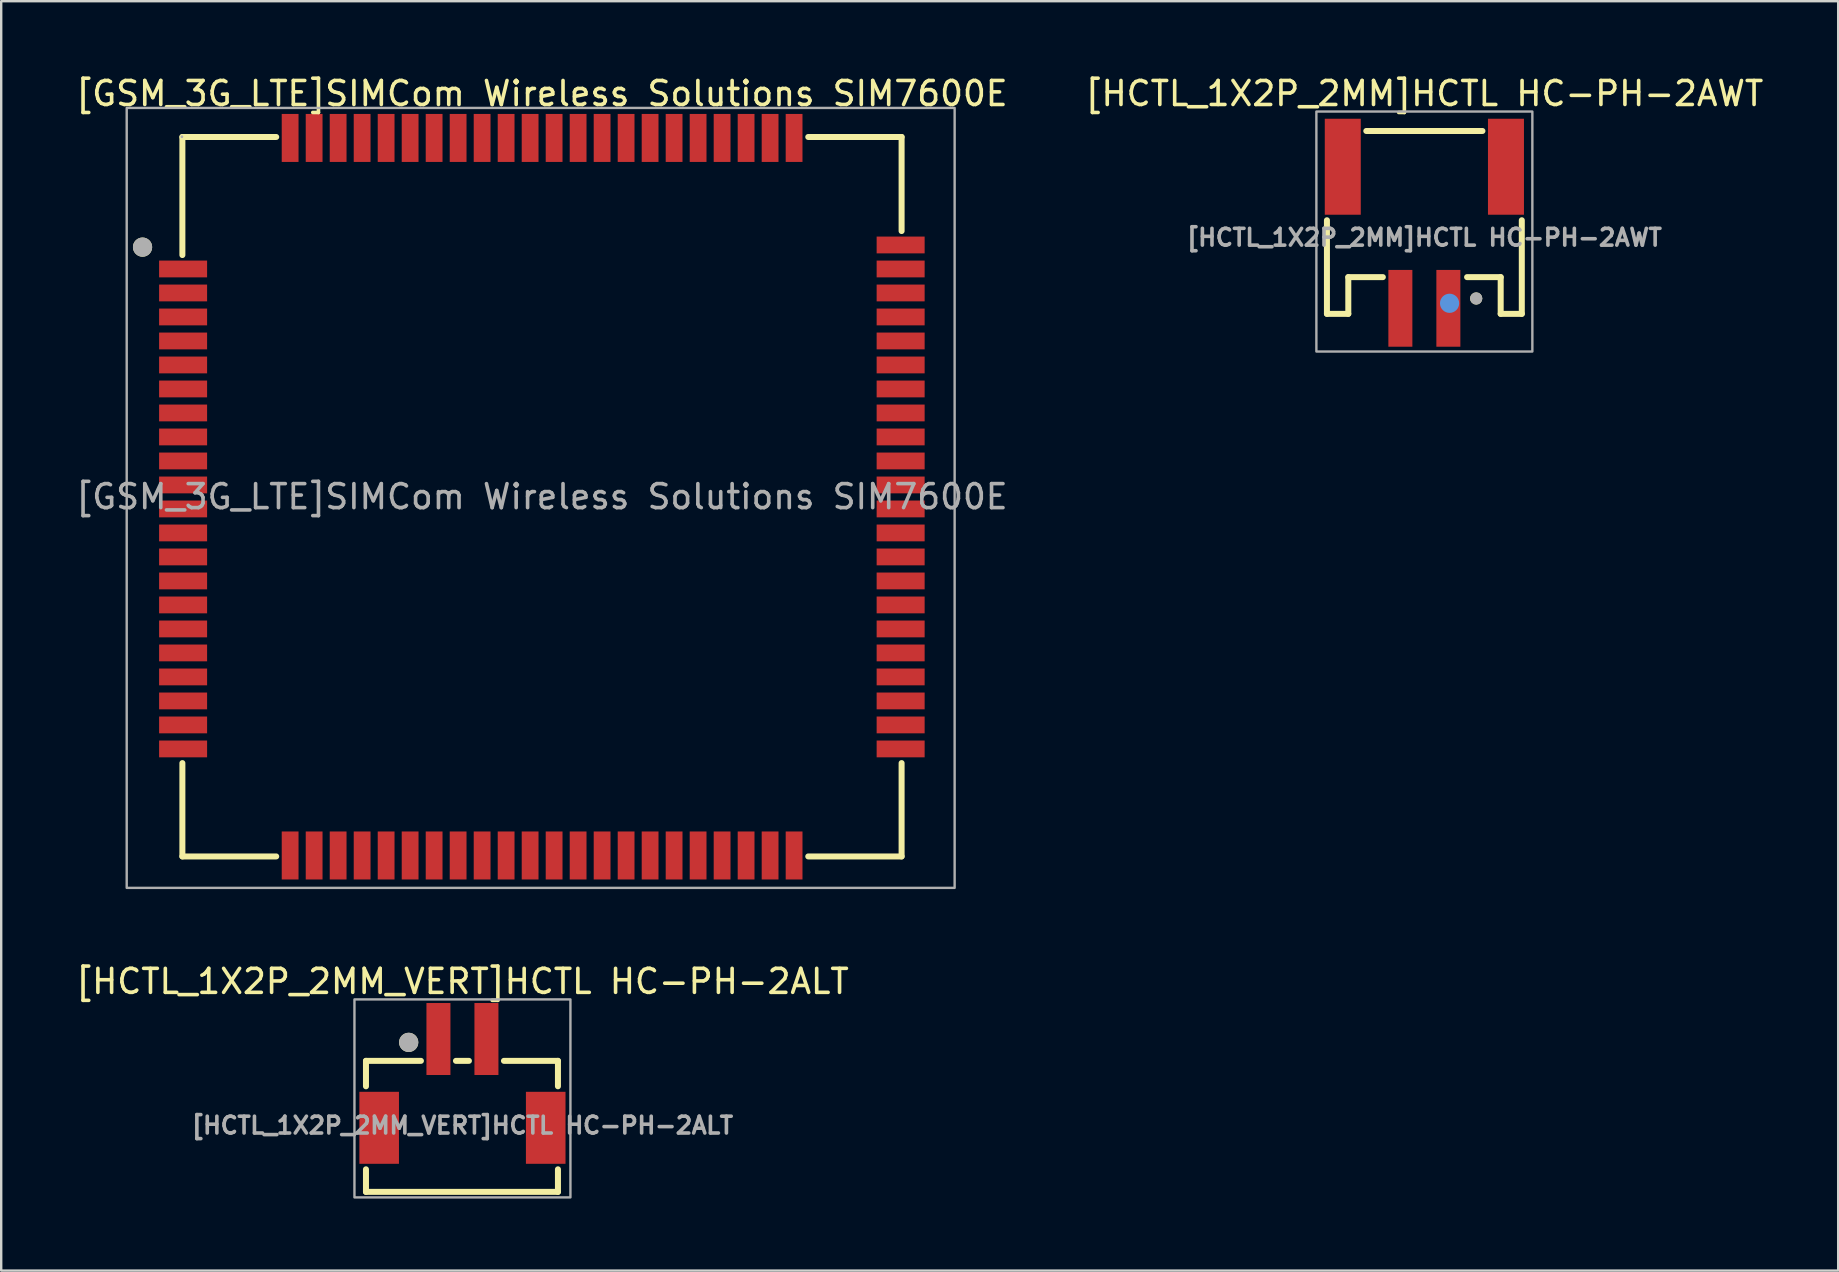
<source format=kicad_pcb>
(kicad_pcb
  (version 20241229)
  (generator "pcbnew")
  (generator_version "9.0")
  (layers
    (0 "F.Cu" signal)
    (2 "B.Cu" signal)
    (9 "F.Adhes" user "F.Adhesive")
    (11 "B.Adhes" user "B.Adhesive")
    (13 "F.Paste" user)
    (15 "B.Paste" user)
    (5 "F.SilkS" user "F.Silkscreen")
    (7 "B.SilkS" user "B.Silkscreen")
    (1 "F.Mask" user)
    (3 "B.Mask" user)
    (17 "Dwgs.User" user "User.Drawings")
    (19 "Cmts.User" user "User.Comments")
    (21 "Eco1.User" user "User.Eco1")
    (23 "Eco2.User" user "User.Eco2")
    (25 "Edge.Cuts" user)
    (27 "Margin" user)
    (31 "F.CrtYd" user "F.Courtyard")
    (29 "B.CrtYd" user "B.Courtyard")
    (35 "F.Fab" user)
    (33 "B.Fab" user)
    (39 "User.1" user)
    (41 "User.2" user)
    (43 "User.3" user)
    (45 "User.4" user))
  (footprint "[GSM_3G_LTE]SIMCom Wireless Solutions SIM7600E"
    (layer "F.Cu")
    (at 19.53 17.648)
    (property "Reference" "[GSM_3G_LTE]SIMCom Wireless Solutions SIM7600E" (at 0 -16.8 0) (layer "F.SilkS") (effects (font (size 1 1) (thickness 0.15))))
    (attr smd)
    (fp_line (start -14.98 -14.99) (end -14.98 -10.07) (stroke (width 0.25) (type solid)) (layer "F.SilkS"))
    (fp_line (start -14.98 11.1) (end -14.98 14.99) (stroke (width 0.25) (type solid)) (layer "F.SilkS"))
    (fp_line (start -14.98 14.99) (end -11.07 14.99) (stroke (width 0.25) (type solid)) (layer "F.SilkS"))
    (fp_line (start -11.07 -14.99) (end -14.98 -14.99) (stroke (width 0.25) (type solid)) (layer "F.SilkS"))
    (fp_line (start 11.1 14.99) (end 14.99 14.99) (stroke (width 0.25) (type solid)) (layer "F.SilkS"))
    (fp_line (start 14.99 -14.99) (end 11.1 -14.99) (stroke (width 0.25) (type solid)) (layer "F.SilkS"))
    (fp_line (start 14.99 -11.07) (end 14.99 -14.99) (stroke (width 0.25) (type solid)) (layer "F.SilkS"))
    (fp_line (start 14.99 14.99) (end 14.99 11.1) (stroke (width 0.25) (type solid)) (layer "F.SilkS"))
    (fp_circle (center -16.64 -10.4) (end -16.44 -10.4) (stroke (width 0.4) (type solid)) (fill no) (layer "F.SilkS"))
    (fp_rect (start -17.3 -16.2) (end 17.2 16.3) (stroke (width 0.1) (type solid)) (fill no) (layer "F.Fab"))
    (fp_circle (center -16.64 -10.4) (end -16.44 -10.4) (stroke (width 0.4) (type solid)) (fill no) (layer "F.Fab"))
    (fp_circle (center -15 -15) (end -14.97 -15) (stroke (width 0.06) (type solid)) (fill no) (layer "F.Fab"))
    (fp_text user "${REFERENCE}" (at 0 0 0) (layer "F.Fab") (effects (font (size 1 1) (thickness 0.15))))
    (pad "1" smd rect (at -14.95 -9.49) (size 2 0.7) (layers "F.Cu" "F.Mask" "F.Paste"))
    (pad "2" smd rect (at -14.95 -8.49) (size 2 0.7) (layers "F.Cu" "F.Mask" "F.Paste"))
    (pad "3" smd rect (at -14.95 -7.49) (size 2 0.7) (layers "F.Cu" "F.Mask" "F.Paste"))
    (pad "4" smd rect (at -14.95 -6.49) (size 2 0.7) (layers "F.Cu" "F.Mask" "F.Paste"))
    (pad "5" smd rect (at -14.95 -5.49) (size 2 0.7) (layers "F.Cu" "F.Mask" "F.Paste"))
    (pad "6" smd rect (at -14.95 -4.49) (size 2 0.7) (layers "F.Cu" "F.Mask" "F.Paste"))
    (pad "7" smd rect (at -14.95 -3.49) (size 2 0.7) (layers "F.Cu" "F.Mask" "F.Paste"))
    (pad "8" smd rect (at -14.95 -2.49) (size 2 0.7) (layers "F.Cu" "F.Mask" "F.Paste"))
    (pad "9" smd rect (at -14.95 -1.49) (size 2 0.7) (layers "F.Cu" "F.Mask" "F.Paste"))
    (pad "10" smd rect (at -14.95 -0.49) (size 2 0.7) (layers "F.Cu" "F.Mask" "F.Paste"))
    (pad "11" smd rect (at -14.95 0.51) (size 2 0.7) (layers "F.Cu" "F.Mask" "F.Paste"))
    (pad "12" smd rect (at -14.95 1.51) (size 2 0.7) (layers "F.Cu" "F.Mask" "F.Paste"))
    (pad "13" smd rect (at -14.95 2.51) (size 2 0.7) (layers "F.Cu" "F.Mask" "F.Paste"))
    (pad "14" smd rect (at -14.95 3.51) (size 2 0.7) (layers "F.Cu" "F.Mask" "F.Paste"))
    (pad "15" smd rect (at -14.95 4.51) (size 2 0.7) (layers "F.Cu" "F.Mask" "F.Paste"))
    (pad "16" smd rect (at -14.95 5.51) (size 2 0.7) (layers "F.Cu" "F.Mask" "F.Paste"))
    (pad "17" smd rect (at -14.95 6.51) (size 2 0.7) (layers "F.Cu" "F.Mask" "F.Paste"))
    (pad "18" smd rect (at -14.95 7.51) (size 2 0.7) (layers "F.Cu" "F.Mask" "F.Paste"))
    (pad "19" smd rect (at -14.95 8.51) (size 2 0.7) (layers "F.Cu" "F.Mask" "F.Paste"))
    (pad "20" smd rect (at -14.95 9.51) (size 2 0.7) (layers "F.Cu" "F.Mask" "F.Paste"))
    (pad "21" smd rect (at -9.49 14.95) (size 0.7 2) (layers "F.Cu" "F.Mask" "F.Paste"))
    (pad "22" smd rect (at -8.49 14.95) (size 0.7 2) (layers "F.Cu" "F.Mask" "F.Paste"))
    (pad "23" smd rect (at -7.49 14.95) (size 0.7 2) (layers "F.Cu" "F.Mask" "F.Paste"))
    (pad "24" smd rect (at -6.49 14.95) (size 0.7 2) (layers "F.Cu" "F.Mask" "F.Paste"))
    (pad "25" smd rect (at -5.49 14.95) (size 0.7 2) (layers "F.Cu" "F.Mask" "F.Paste"))
    (pad "26" smd rect (at -4.49 14.95) (size 0.7 2) (layers "F.Cu" "F.Mask" "F.Paste"))
    (pad "27" smd rect (at -3.49 14.95) (size 0.7 2) (layers "F.Cu" "F.Mask" "F.Paste"))
    (pad "28" smd rect (at -2.49 14.95) (size 0.7 2) (layers "F.Cu" "F.Mask" "F.Paste"))
    (pad "29" smd rect (at -1.49 14.95) (size 0.7 2) (layers "F.Cu" "F.Mask" "F.Paste"))
    (pad "30" smd rect (at -0.49 14.95) (size 0.7 2) (layers "F.Cu" "F.Mask" "F.Paste"))
    (pad "31" smd rect (at 0.51 14.95) (size 0.7 2) (layers "F.Cu" "F.Mask" "F.Paste"))
    (pad "32" smd rect (at 1.51 14.95) (size 0.7 2) (layers "F.Cu" "F.Mask" "F.Paste"))
    (pad "33" smd rect (at 2.51 14.95) (size 0.7 2) (layers "F.Cu" "F.Mask" "F.Paste"))
    (pad "34" smd rect (at 3.51 14.95) (size 0.7 2) (layers "F.Cu" "F.Mask" "F.Paste"))
    (pad "35" smd rect (at 4.51 14.95) (size 0.7 2) (layers "F.Cu" "F.Mask" "F.Paste"))
    (pad "36" smd rect (at 5.51 14.95) (size 0.7 2) (layers "F.Cu" "F.Mask" "F.Paste"))
    (pad "37" smd rect (at 6.51 14.95) (size 0.7 2) (layers "F.Cu" "F.Mask" "F.Paste"))
    (pad "38" smd rect (at 7.51 14.95) (size 0.7 2) (layers "F.Cu" "F.Mask" "F.Paste"))
    (pad "39" smd rect (at 8.51 14.95) (size 0.7 2) (layers "F.Cu" "F.Mask" "F.Paste"))
    (pad "40" smd rect (at 9.51 14.95) (size 0.7 2) (layers "F.Cu" "F.Mask" "F.Paste"))
    (pad "41" smd rect (at 14.95 9.51) (size 2 0.7) (layers "F.Cu" "F.Mask" "F.Paste"))
    (pad "42" smd rect (at 14.95 8.51) (size 2 0.7) (layers "F.Cu" "F.Mask" "F.Paste"))
    (pad "43" smd rect (at 14.95 7.51) (size 2 0.7) (layers "F.Cu" "F.Mask" "F.Paste"))
    (pad "44" smd rect (at 14.95 6.51) (size 2 0.7) (layers "F.Cu" "F.Mask" "F.Paste"))
    (pad "45" smd rect (at 14.95 5.51) (size 2 0.7) (layers "F.Cu" "F.Mask" "F.Paste"))
    (pad "46" smd rect (at 14.95 4.51) (size 2 0.7) (layers "F.Cu" "F.Mask" "F.Paste"))
    (pad "47" smd rect (at 14.95 3.51) (size 2 0.7) (layers "F.Cu" "F.Mask" "F.Paste"))
    (pad "48" smd rect (at 14.95 2.51) (size 2 0.7) (layers "F.Cu" "F.Mask" "F.Paste"))
    (pad "49" smd rect (at 14.95 1.51) (size 2 0.7) (layers "F.Cu" "F.Mask" "F.Paste"))
    (pad "50" smd rect (at 14.95 0.51) (size 2 0.7) (layers "F.Cu" "F.Mask" "F.Paste"))
    (pad "51" smd rect (at 14.95 -0.49) (size 2 0.7) (layers "F.Cu" "F.Mask" "F.Paste"))
    (pad "52" smd rect (at 14.95 -1.49) (size 2 0.7) (layers "F.Cu" "F.Mask" "F.Paste"))
    (pad "53" smd rect (at 14.95 -2.49) (size 2 0.7) (layers "F.Cu" "F.Mask" "F.Paste"))
    (pad "54" smd rect (at 14.95 -3.49) (size 2 0.7) (layers "F.Cu" "F.Mask" "F.Paste"))
    (pad "55" smd rect (at 14.95 -4.49) (size 2 0.7) (layers "F.Cu" "F.Mask" "F.Paste"))
    (pad "56" smd rect (at 14.95 -5.49) (size 2 0.7) (layers "F.Cu" "F.Mask" "F.Paste"))
    (pad "57" smd rect (at 14.95 -6.49) (size 2 0.7) (layers "F.Cu" "F.Mask" "F.Paste"))
    (pad "58" smd rect (at 14.95 -7.49) (size 2 0.7) (layers "F.Cu" "F.Mask" "F.Paste"))
    (pad "59" smd rect (at 14.95 -8.49) (size 2 0.7) (layers "F.Cu" "F.Mask" "F.Paste"))
    (pad "60" smd rect (at 14.95 -9.49) (size 2 0.7) (layers "F.Cu" "F.Mask" "F.Paste"))
    (pad "61" smd rect (at 9.51 -14.95 90) (size 2 0.7) (layers "F.Cu" "F.Mask" "F.Paste"))
    (pad "62" smd rect (at 8.51 -14.95 90) (size 2 0.7) (layers "F.Cu" "F.Mask" "F.Paste"))
    (pad "63" smd rect (at 7.51 -14.95 90) (size 2 0.7) (layers "F.Cu" "F.Mask" "F.Paste"))
    (pad "64" smd rect (at 6.51 -14.95 90) (size 2 0.7) (layers "F.Cu" "F.Mask" "F.Paste"))
    (pad "65" smd rect (at 5.51 -14.95 90) (size 2 0.7) (layers "F.Cu" "F.Mask" "F.Paste"))
    (pad "66" smd rect (at 4.51 -14.95 90) (size 2 0.7) (layers "F.Cu" "F.Mask" "F.Paste"))
    (pad "67" smd rect (at 3.51 -14.95 90) (size 2 0.7) (layers "F.Cu" "F.Mask" "F.Paste"))
    (pad "68" smd rect (at 2.51 -14.95 90) (size 2 0.7) (layers "F.Cu" "F.Mask" "F.Paste"))
    (pad "69" smd rect (at 1.51 -14.95 90) (size 2 0.7) (layers "F.Cu" "F.Mask" "F.Paste"))
    (pad "70" smd rect (at 0.51 -14.95 90) (size 2 0.7) (layers "F.Cu" "F.Mask" "F.Paste"))
    (pad "71" smd rect (at -0.49 -14.95 90) (size 2 0.7) (layers "F.Cu" "F.Mask" "F.Paste"))
    (pad "72" smd rect (at -1.49 -14.95 90) (size 2 0.7) (layers "F.Cu" "F.Mask" "F.Paste"))
    (pad "73" smd rect (at -2.49 -14.95 90) (size 2 0.7) (layers "F.Cu" "F.Mask" "F.Paste"))
    (pad "74" smd rect (at -3.49 -14.95 90) (size 2 0.7) (layers "F.Cu" "F.Mask" "F.Paste"))
    (pad "75" smd rect (at -4.49 -14.95 90) (size 2 0.7) (layers "F.Cu" "F.Mask" "F.Paste"))
    (pad "76" smd rect (at -5.49 -14.95 90) (size 2 0.7) (layers "F.Cu" "F.Mask" "F.Paste"))
    (pad "77" smd rect (at -6.49 -14.95 90) (size 2 0.7) (layers "F.Cu" "F.Mask" "F.Paste"))
    (pad "78" smd rect (at -7.49 -14.95 90) (size 2 0.7) (layers "F.Cu" "F.Mask" "F.Paste"))
    (pad "79" smd rect (at -8.49 -14.95 90) (size 2 0.7) (layers "F.Cu" "F.Mask" "F.Paste"))
    (pad "80" smd rect (at -9.49 -14.95 90) (size 2 0.7) (layers "F.Cu" "F.Mask" "F.Paste"))
    (pad "81" smd rect (at -14.95 10.51) (size 2 0.7) (layers "F.Cu" "F.Mask" "F.Paste"))
    (pad "82" smd rect (at 14.95 10.51) (size 2 0.7) (layers "F.Cu" "F.Mask" "F.Paste"))
    (pad "83" smd rect (at 10.51 14.95) (size 0.7 2) (layers "F.Cu" "F.Mask" "F.Paste"))
    (pad "84" smd rect (at -10.49 14.95) (size 0.7 2) (layers "F.Cu" "F.Mask" "F.Paste"))
    (pad "85" smd rect (at 14.95 -10.49) (size 2 0.7) (layers "F.Cu" "F.Mask" "F.Paste"))
    (pad "86" smd rect (at -10.49 -14.95 90) (size 2 0.7) (layers "F.Cu" "F.Mask" "F.Paste"))
    (pad "87" smd rect (at 10.51 -14.95 90) (size 2 0.7) (layers "F.Cu" "F.Mask" "F.Paste")))
  (footprint "[HCTL_1X2P_2MM_VERT]HCTL HC-PH-2ALT"
    (layer "F.Cu")
    (at 16.22 42.096)
    (property "Reference" "[HCTL_1X2P_2MM_VERT]HCTL HC-PH-2ALT" (at 0 -4.25 0) (layer "F.SilkS") (effects (font (size 1 1) (thickness 0.15))))
    (attr smd)
    (fp_line (start -4.02 -0.94) (end -1.73 -0.94) (stroke (width 0.25) (type solid)) (layer "F.SilkS"))
    (fp_line (start -4.02 0.12) (end -4.02 -0.94) (stroke (width 0.25) (type solid)) (layer "F.SilkS"))
    (fp_line (start -4.02 3.58) (end -4.02 4.52) (stroke (width 0.25) (type solid)) (layer "F.SilkS"))
    (fp_line (start -4.02 4.52) (end 3.98 4.52) (stroke (width 0.25) (type solid)) (layer "F.SilkS"))
    (fp_line (start -0.27 -0.94) (end 0.27 -0.94) (stroke (width 0.25) (type solid)) (layer "F.SilkS"))
    (fp_line (start 1.73 -0.94) (end 3.98 -0.94) (stroke (width 0.25) (type solid)) (layer "F.SilkS"))
    (fp_line (start 3.98 -0.94) (end 3.98 0.12) (stroke (width 0.25) (type solid)) (layer "F.SilkS"))
    (fp_line (start 3.98 4.52) (end 3.98 3.58) (stroke (width 0.25) (type solid)) (layer "F.SilkS"))
    (fp_circle (center -2.24 -1.71) (end -2.04 -1.71) (stroke (width 0.4) (type solid)) (fill no) (layer "F.SilkS"))
    (fp_rect (start -4.5 -3.5) (end 4.5 4.75) (stroke (width 0.1) (type solid)) (fill no) (layer "F.Fab"))
    (fp_circle (center -2.24 -1.71) (end -2.04 -1.71) (stroke (width 0.4) (type solid)) (fill no) (layer "F.Fab"))
    (fp_text user "${REFERENCE}" (at 0 1.75 0) (layer "F.Fab") (effects (font (size 0.7 0.7) (thickness 0.15))))
    (pad "1" smd rect (at -1 -1.85) (size 1 3) (layers "F.Cu" "F.Mask" "F.Paste"))
    (pad "2" smd rect (at 1 -1.85) (size 1 3) (layers "F.Cu" "F.Mask" "F.Paste"))
    (pad "3" smd rect (at 3.47 1.85 180) (size 1.65 3) (layers "F.Cu" "F.Mask" "F.Paste"))
    (pad "4" smd rect (at -3.47 1.85) (size 1.65 3) (layers "F.Cu" "F.Mask" "F.Paste")))
  (footprint "[HCTL_1X2P_2MM]HCTL HC-PH-2AWT"
    (layer "F.Cu")
    (at 56.304 6.848)
    (property "Reference" "[HCTL_1X2P_2MM]HCTL HC-PH-2AWT" (at 0 -6 0) (layer "F.SilkS") (effects (font (size 1 1) (thickness 0.15))))
    (attr smd)
    (fp_line (start -4.06 3.18) (end -4.06 -0.72) (stroke (width 0.25) (type solid)) (layer "F.SilkS"))
    (fp_line (start -3.17 1.65) (end -3.17 3.18) (stroke (width 0.25) (type solid)) (layer "F.SilkS"))
    (fp_line (start -3.17 3.18) (end -4.06 3.18) (stroke (width 0.25) (type solid)) (layer "F.SilkS"))
    (fp_line (start -1.73 1.65) (end -3.17 1.65) (stroke (width 0.25) (type solid)) (layer "F.SilkS"))
    (fp_line (start 2.42 -4.44) (end -2.42 -4.44) (stroke (width 0.25) (type solid)) (layer "F.SilkS"))
    (fp_line (start 3.18 1.65) (end 1.78 1.65) (stroke (width 0.25) (type solid)) (layer "F.SilkS"))
    (fp_line (start 3.18 3.18) (end 3.18 1.65) (stroke (width 0.25) (type solid)) (layer "F.SilkS"))
    (fp_line (start 4.06 -0.72) (end 4.06 3.18) (stroke (width 0.25) (type solid)) (layer "F.SilkS"))
    (fp_line (start 4.06 3.18) (end 3.18 3.18) (stroke (width 0.25) (type solid)) (layer "F.SilkS"))
    (fp_circle (center 2.16 2.54) (end 2.29 2.54) (stroke (width 0.25) (type solid)) (fill no) (layer "F.SilkS"))
    (fp_circle (center 1.05 2.74) (end 1.25 2.74) (stroke (width 0.4) (type solid)) (fill no) (layer "Cmts.User"))
    (fp_rect (start -4.5 -5.25) (end 4.5 4.75) (stroke (width 0.1) (type solid)) (fill no) (layer "F.Fab"))
    (fp_circle (center 2.16 2.54) (end 2.29 2.54) (stroke (width 0.25) (type solid)) (fill no) (layer "F.Fab"))
    (fp_text user "${REFERENCE}" (at 0 0 0) (layer "F.Fab") (effects (font (size 0.7 0.7) (thickness 0.15))))
    (pad "1" smd rect (at 1 2.95) (size 1 3.2) (layers "F.Cu" "F.Mask" "F.Paste"))
    (pad "2" smd rect (at -1 2.95) (size 1 3.2) (layers "F.Cu" "F.Mask" "F.Paste"))
    (pad "3" smd rect (at -3.4 -2.95) (size 1.5 4) (layers "F.Cu" "F.Mask" "F.Paste"))
    (pad "4" smd rect (at 3.4 -2.95) (size 1.5 4) (layers "F.Cu" "F.Mask" "F.Paste")))
  (gr_rect
    (start -3 -3)
    (end 73.548 49.897)
    (stroke (width 0.1) (type default))
    (fill no)
    (layer "Edge.Cuts")))
</source>
